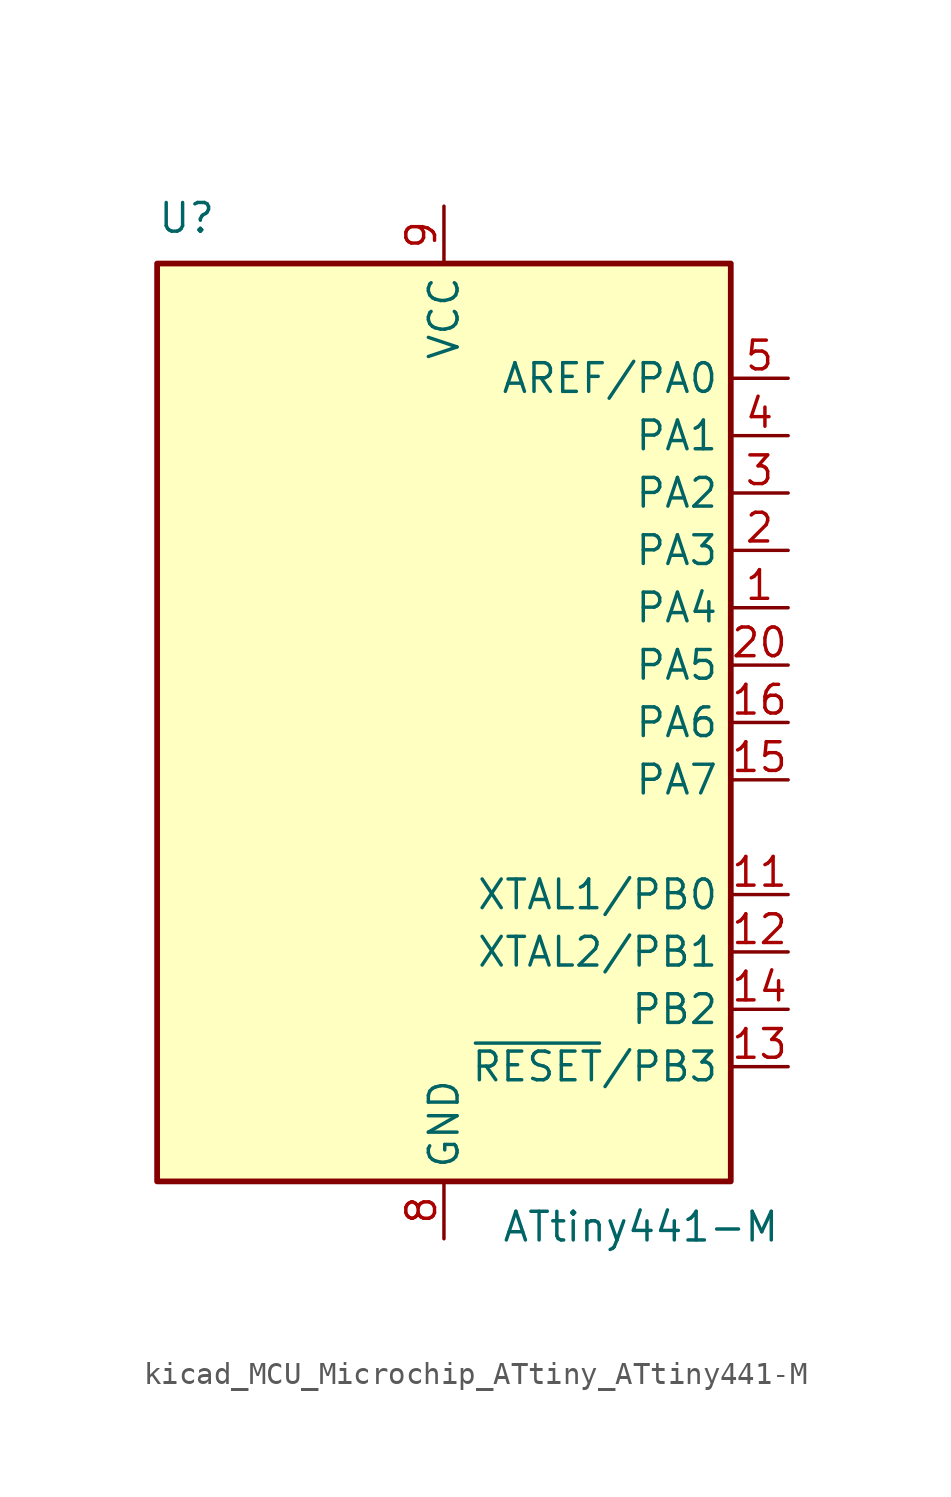
<source format=kicad_sym>
(kicad_symbol_lib
  (version 20220914)
  (generator kicad_symbol_editor)
  (symbol "kicad_MCU_Microchip_ATtiny_ATtiny441-M"
    (property "Reference" "U"
      (at -12.7 21.59 0)
      (effects (font (size 1.27 1.27)) (justify left bottom)))
    (property "Value" "ATtiny441-M"
      (at 2.54 -21.59 0)
      (effects (font (size 1.27 1.27)) (justify left top)))
    (symbol "kicad_MCU_Microchip_ATtiny_ATtiny441-M_0_1"
      (rectangle (start -12.7 -20.32) (end 12.7 20.32) (stroke (width 0.254) (type default)) (fill (type background))))
    (symbol "kicad_MCU_Microchip_ATtiny_ATtiny441-M_1_1"
      (pin bidirectional line (at 15.24 5.08 180) (length 2.54) (name "PA4" (effects (font (size 1.27 1.27)))) (number "1" (effects (font (size 1.27 1.27)))))
      (pin no_connect line (at -12.7 -10.16 0) (length 2.54) hide (name "NC" (effects (font (size 1.27 1.27)))) (number "10" (effects (font (size 1.27 1.27)))))
      (pin bidirectional line (at 15.24 -7.62 180) (length 2.54) (name "XTAL1/PB0" (effects (font (size 1.27 1.27)))) (number "11" (effects (font (size 1.27 1.27)))))
      (pin bidirectional line (at 15.24 -10.16 180) (length 2.54) (name "XTAL2/PB1" (effects (font (size 1.27 1.27)))) (number "12" (effects (font (size 1.27 1.27)))))
      (pin bidirectional line (at 15.24 -15.24 180) (length 2.54) (name "~{RESET}/PB3" (effects (font (size 1.27 1.27)))) (number "13" (effects (font (size 1.27 1.27)))))
      (pin bidirectional line (at 15.24 -12.7 180) (length 2.54) (name "PB2" (effects (font (size 1.27 1.27)))) (number "14" (effects (font (size 1.27 1.27)))))
      (pin bidirectional line (at 15.24 -2.54 180) (length 2.54) (name "PA7" (effects (font (size 1.27 1.27)))) (number "15" (effects (font (size 1.27 1.27)))))
      (pin bidirectional line (at 15.24 0 180) (length 2.54) (name "PA6" (effects (font (size 1.27 1.27)))) (number "16" (effects (font (size 1.27 1.27)))))
      (pin no_connect line (at -12.7 -12.7 0) (length 2.54) hide (name "NC" (effects (font (size 1.27 1.27)))) (number "17" (effects (font (size 1.27 1.27)))))
      (pin no_connect line (at -12.7 -15.24 0) (length 2.54) hide (name "NC" (effects (font (size 1.27 1.27)))) (number "18" (effects (font (size 1.27 1.27)))))
      (pin no_connect line (at -12.7 -17.78 0) (length 2.54) hide (name "NC" (effects (font (size 1.27 1.27)))) (number "19" (effects (font (size 1.27 1.27)))))
      (pin bidirectional line (at 15.24 7.62 180) (length 2.54) (name "PA3" (effects (font (size 1.27 1.27)))) (number "2" (effects (font (size 1.27 1.27)))))
      (pin bidirectional line (at 15.24 2.54 180) (length 2.54) (name "PA5" (effects (font (size 1.27 1.27)))) (number "20" (effects (font (size 1.27 1.27)))))
      (pin passive line (at 0 -22.86 90) (length 2.54) hide (name "GND" (effects (font (size 1.27 1.27)))) (number "21" (effects (font (size 1.27 1.27)))))
      (pin bidirectional line (at 15.24 10.16 180) (length 2.54) (name "PA2" (effects (font (size 1.27 1.27)))) (number "3" (effects (font (size 1.27 1.27)))))
      (pin bidirectional line (at 15.24 12.7 180) (length 2.54) (name "PA1" (effects (font (size 1.27 1.27)))) (number "4" (effects (font (size 1.27 1.27)))))
      (pin bidirectional line (at 15.24 15.24 180) (length 2.54) (name "AREF/PA0" (effects (font (size 1.27 1.27)))) (number "5" (effects (font (size 1.27 1.27)))))
      (pin no_connect line (at -12.7 -5.08 0) (length 2.54) hide (name "NC" (effects (font (size 1.27 1.27)))) (number "6" (effects (font (size 1.27 1.27)))))
      (pin no_connect line (at -12.7 -7.62 0) (length 2.54) hide (name "NC" (effects (font (size 1.27 1.27)))) (number "7" (effects (font (size 1.27 1.27)))))
      (pin power_in line (at 0 -22.86 90) (length 2.54) (name "GND" (effects (font (size 1.27 1.27)))) (number "8" (effects (font (size 1.27 1.27)))))
      (pin power_in line (at 0 22.86 270) (length 2.54) (name "VCC" (effects (font (size 1.27 1.27)))) (number "9" (effects (font (size 1.27 1.27))))))))
</source>
